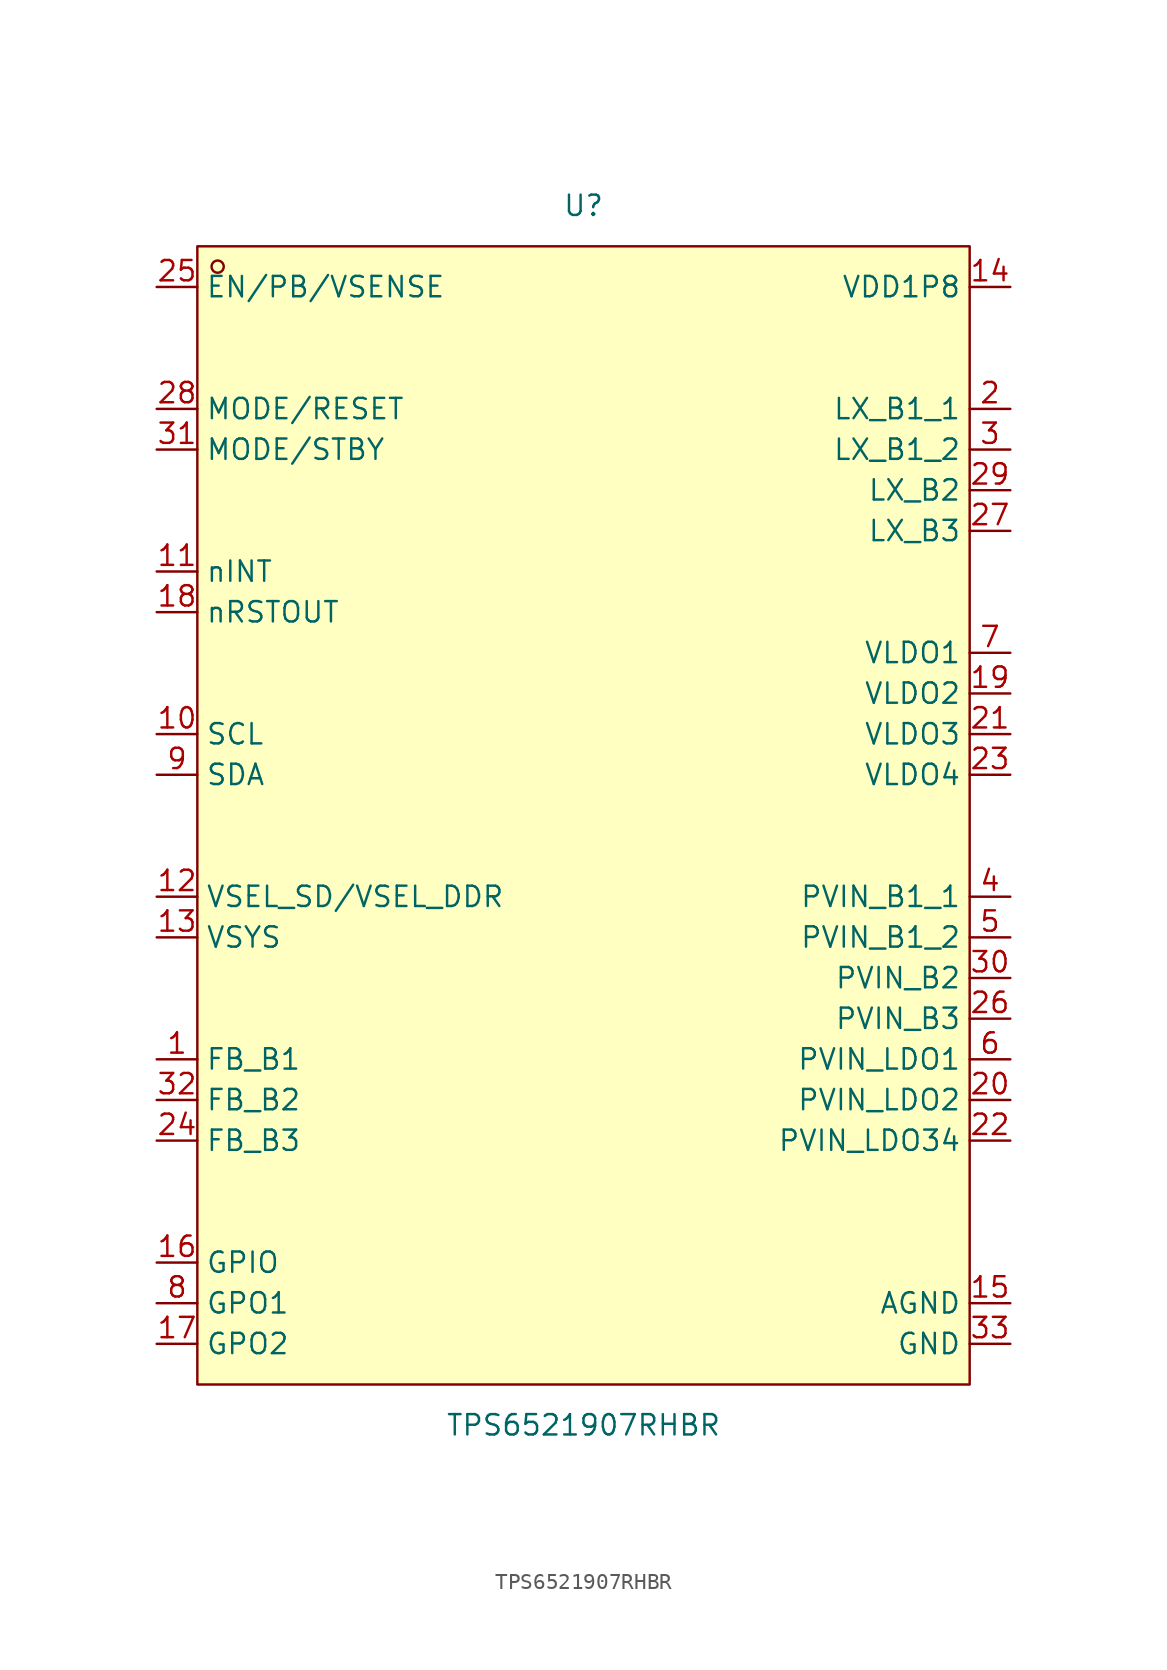
<source format=kicad_sym>
(kicad_symbol_lib
  (version 20211014)
  (generator https://github.com/uPesy/easyeda2kicad.py)
  (symbol "TPS6521907RHBR"
    (property "Reference" "U"
      (at 0 38.10 0)
      (effects (font (size 1.27 1.27))))
    (property "Value" "TPS6521907RHBR"
      (at 0 -38.10 0)
      (effects (font (size 1.27 1.27))))
    (symbol "TPS6521907RHBR_0_1"
      (rectangle (start -24.13 35.56) (end 24.13 -35.56) (stroke (width 0) (type default) (color 0 0 0 0)) (fill (type background)))
      (circle (center -22.86 34.29) (radius 0.38) (stroke (width 0) (type default) (color 0 0 0 0)) (fill (type none)))
      (pin unspecified line (at -26.67 33.02 0) (length 2.54) (name "EN/PB/VSENSE" (effects (font (size 1.27 1.27)))) (number "25" (effects (font (size 1.27 1.27)))))
      (pin unspecified line (at -26.67 25.40 0) (length 2.54) (name "MODE/RESET" (effects (font (size 1.27 1.27)))) (number "28" (effects (font (size 1.27 1.27)))))
      (pin unspecified line (at -26.67 22.86 0) (length 2.54) (name "MODE/STBY" (effects (font (size 1.27 1.27)))) (number "31" (effects (font (size 1.27 1.27)))))
      (pin unspecified line (at -26.67 15.24 0) (length 2.54) (name "nINT" (effects (font (size 1.27 1.27)))) (number "11" (effects (font (size 1.27 1.27)))))
      (pin unspecified line (at -26.67 12.70 0) (length 2.54) (name "nRSTOUT" (effects (font (size 1.27 1.27)))) (number "18" (effects (font (size 1.27 1.27)))))
      (pin unspecified line (at -26.67 5.08 0) (length 2.54) (name "SCL" (effects (font (size 1.27 1.27)))) (number "10" (effects (font (size 1.27 1.27)))))
      (pin unspecified line (at -26.67 2.54 0) (length 2.54) (name "SDA" (effects (font (size 1.27 1.27)))) (number "9" (effects (font (size 1.27 1.27)))))
      (pin unspecified line (at -26.67 -5.08 0) (length 2.54) (name "VSEL_SD/VSEL_DDR" (effects (font (size 1.27 1.27)))) (number "12" (effects (font (size 1.27 1.27)))))
      (pin unspecified line (at -26.67 -7.62 0) (length 2.54) (name "VSYS" (effects (font (size 1.27 1.27)))) (number "13" (effects (font (size 1.27 1.27)))))
      (pin unspecified line (at -26.67 -15.24 0) (length 2.54) (name "FB_B1" (effects (font (size 1.27 1.27)))) (number "1" (effects (font (size 1.27 1.27)))))
      (pin unspecified line (at -26.67 -17.78 0) (length 2.54) (name "FB_B2" (effects (font (size 1.27 1.27)))) (number "32" (effects (font (size 1.27 1.27)))))
      (pin unspecified line (at -26.67 -20.32 0) (length 2.54) (name "FB_B3" (effects (font (size 1.27 1.27)))) (number "24" (effects (font (size 1.27 1.27)))))
      (pin unspecified line (at -26.67 -27.94 0) (length 2.54) (name "GPIO" (effects (font (size 1.27 1.27)))) (number "16" (effects (font (size 1.27 1.27)))))
      (pin unspecified line (at -26.67 -30.48 0) (length 2.54) (name "GPO1" (effects (font (size 1.27 1.27)))) (number "8" (effects (font (size 1.27 1.27)))))
      (pin unspecified line (at -26.67 -33.02 0) (length 2.54) (name "GPO2" (effects (font (size 1.27 1.27)))) (number "17" (effects (font (size 1.27 1.27)))))
      (pin unspecified line (at 26.67 -33.02 180) (length 2.54) (name "GND" (effects (font (size 1.27 1.27)))) (number "33" (effects (font (size 1.27 1.27)))))
      (pin unspecified line (at 26.67 -30.48 180) (length 2.54) (name "AGND" (effects (font (size 1.27 1.27)))) (number "15" (effects (font (size 1.27 1.27)))))
      (pin unspecified line (at 26.67 -20.32 180) (length 2.54) (name "PVIN_LDO34" (effects (font (size 1.27 1.27)))) (number "22" (effects (font (size 1.27 1.27)))))
      (pin unspecified line (at 26.67 -17.78 180) (length 2.54) (name "PVIN_LDO2" (effects (font (size 1.27 1.27)))) (number "20" (effects (font (size 1.27 1.27)))))
      (pin unspecified line (at 26.67 -15.24 180) (length 2.54) (name "PVIN_LDO1" (effects (font (size 1.27 1.27)))) (number "6" (effects (font (size 1.27 1.27)))))
      (pin unspecified line (at 26.67 -12.70 180) (length 2.54) (name "PVIN_B3" (effects (font (size 1.27 1.27)))) (number "26" (effects (font (size 1.27 1.27)))))
      (pin unspecified line (at 26.67 -10.16 180) (length 2.54) (name "PVIN_B2" (effects (font (size 1.27 1.27)))) (number "30" (effects (font (size 1.27 1.27)))))
      (pin unspecified line (at 26.67 -7.62 180) (length 2.54) (name "PVIN_B1_2" (effects (font (size 1.27 1.27)))) (number "5" (effects (font (size 1.27 1.27)))))
      (pin unspecified line (at 26.67 -5.08 180) (length 2.54) (name "PVIN_B1_1" (effects (font (size 1.27 1.27)))) (number "4" (effects (font (size 1.27 1.27)))))
      (pin unspecified line (at 26.67 2.54 180) (length 2.54) (name "VLDO4" (effects (font (size 1.27 1.27)))) (number "23" (effects (font (size 1.27 1.27)))))
      (pin unspecified line (at 26.67 5.08 180) (length 2.54) (name "VLDO3" (effects (font (size 1.27 1.27)))) (number "21" (effects (font (size 1.27 1.27)))))
      (pin unspecified line (at 26.67 7.62 180) (length 2.54) (name "VLDO2" (effects (font (size 1.27 1.27)))) (number "19" (effects (font (size 1.27 1.27)))))
      (pin unspecified line (at 26.67 10.16 180) (length 2.54) (name "VLDO1" (effects (font (size 1.27 1.27)))) (number "7" (effects (font (size 1.27 1.27)))))
      (pin unspecified line (at 26.67 17.78 180) (length 2.54) (name "LX_B3" (effects (font (size 1.27 1.27)))) (number "27" (effects (font (size 1.27 1.27)))))
      (pin unspecified line (at 26.67 20.32 180) (length 2.54) (name "LX_B2" (effects (font (size 1.27 1.27)))) (number "29" (effects (font (size 1.27 1.27)))))
      (pin unspecified line (at 26.67 22.86 180) (length 2.54) (name "LX_B1_2" (effects (font (size 1.27 1.27)))) (number "3" (effects (font (size 1.27 1.27)))))
      (pin unspecified line (at 26.67 25.40 180) (length 2.54) (name "LX_B1_1" (effects (font (size 1.27 1.27)))) (number "2" (effects (font (size 1.27 1.27)))))
      (pin unspecified line (at 26.67 33.02 180) (length 2.54) (name "VDD1P8" (effects (font (size 1.27 1.27)))) (number "14" (effects (font (size 1.27 1.27))))))))
</source>
